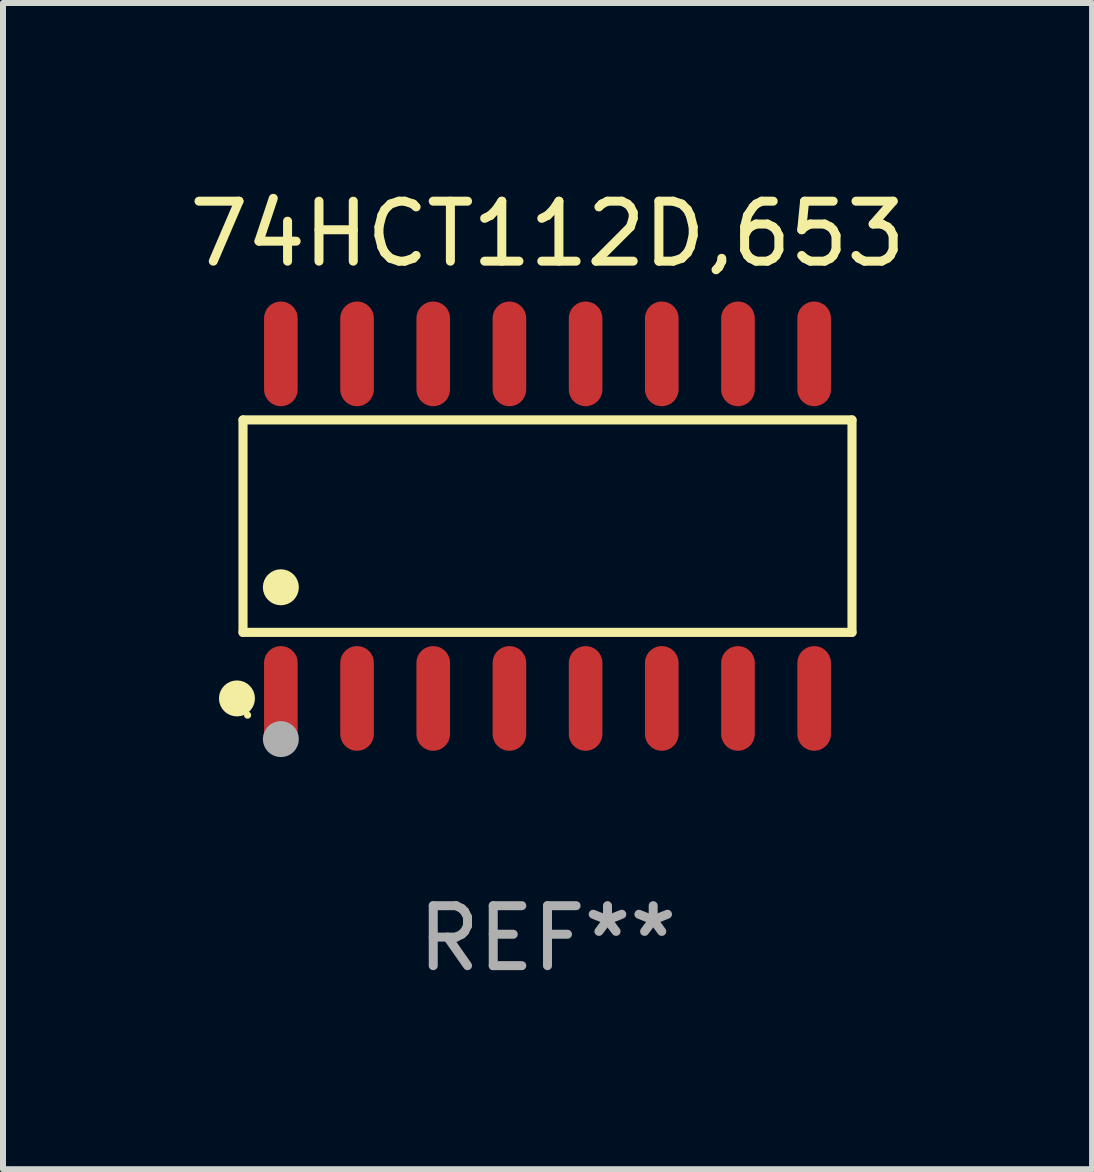
<source format=kicad_pcb>
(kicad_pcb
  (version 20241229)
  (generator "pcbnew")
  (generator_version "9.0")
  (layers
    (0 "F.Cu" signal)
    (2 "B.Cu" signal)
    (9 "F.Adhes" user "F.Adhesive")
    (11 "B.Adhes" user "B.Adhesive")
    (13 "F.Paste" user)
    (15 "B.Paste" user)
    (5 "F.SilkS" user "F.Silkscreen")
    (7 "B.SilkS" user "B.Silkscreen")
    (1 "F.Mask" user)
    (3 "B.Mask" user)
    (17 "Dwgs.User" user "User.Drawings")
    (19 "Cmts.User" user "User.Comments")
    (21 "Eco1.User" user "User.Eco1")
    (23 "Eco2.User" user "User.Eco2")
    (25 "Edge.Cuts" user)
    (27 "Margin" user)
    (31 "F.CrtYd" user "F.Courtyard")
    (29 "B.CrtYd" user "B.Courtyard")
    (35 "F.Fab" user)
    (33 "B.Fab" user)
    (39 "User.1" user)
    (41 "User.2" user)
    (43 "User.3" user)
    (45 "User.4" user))
  (footprint "74HCT112D,653"
    (layer "F.Cu")
    (at 6.077 5.721)
    (property "Reference" "74HCT112D,653" (at 0 -4.872 0) (layer "F.SilkS") (effects (font (size 1 1) (thickness 0.15))))
    (attr through_hole)
    (fp_line (start -5.076 -1.771) (end 5.076 -1.771) (stroke (width 0.152) (type solid)) (layer "F.SilkS"))
    (fp_line (start -5.076 1.771) (end -5.076 -1.771) (stroke (width 0.152) (type solid)) (layer "F.SilkS"))
    (fp_line (start 5.076 -1.771) (end 5.076 1.771) (stroke (width 0.152) (type solid)) (layer "F.SilkS"))
    (fp_line (start 5.076 1.771) (end -5.076 1.771) (stroke (width 0.152) (type solid)) (layer "F.SilkS"))
    (fp_circle (center -5.177 2.872) (end -5.027 2.872) (stroke (width 0.3) (type solid)) (fill no) (layer "F.SilkS"))
    (fp_circle (center -5 3.15) (end -4.97 3.15) (stroke (width 0.06) (type solid)) (fill no) (layer "F.SilkS"))
    (fp_circle (center -4.445 1.019) (end -4.295 1.019) (stroke (width 0.3) (type solid)) (fill no) (layer "F.SilkS"))
    (fp_circle (center -4.445 3.55) (end -4.295 3.55) (stroke (width 0.3) (type solid)) (fill no) (layer "F.Fab"))
    (fp_text user "REF**" (at 0 6.872 0) (layer "F.Fab") (effects (font (size 1 1) (thickness 0.15))))
    (pad "1" smd oval (at -4.445 2.872) (size 0.56 1.745) (layers "F.Cu" "F.Mask" "F.Paste"))
    (pad "2" smd oval (at -3.175 2.872) (size 0.56 1.745) (layers "F.Cu" "F.Mask" "F.Paste"))
    (pad "3" smd oval (at -1.905 2.872) (size 0.56 1.745) (layers "F.Cu" "F.Mask" "F.Paste"))
    (pad "4" smd oval (at -0.635 2.872) (size 0.56 1.745) (layers "F.Cu" "F.Mask" "F.Paste"))
    (pad "5" smd oval (at 0.635 2.872) (size 0.56 1.745) (layers "F.Cu" "F.Mask" "F.Paste"))
    (pad "6" smd oval (at 1.905 2.872) (size 0.56 1.745) (layers "F.Cu" "F.Mask" "F.Paste"))
    (pad "7" smd oval (at 3.175 2.872) (size 0.56 1.745) (layers "F.Cu" "F.Mask" "F.Paste"))
    (pad "8" smd oval (at 4.445 2.872) (size 0.56 1.745) (layers "F.Cu" "F.Mask" "F.Paste"))
    (pad "9" smd oval (at 4.445 -2.872) (size 0.56 1.745) (layers "F.Cu" "F.Mask" "F.Paste"))
    (pad "10" smd oval (at 3.175 -2.872) (size 0.56 1.745) (layers "F.Cu" "F.Mask" "F.Paste"))
    (pad "11" smd oval (at 1.905 -2.872) (size 0.56 1.745) (layers "F.Cu" "F.Mask" "F.Paste"))
    (pad "12" smd oval (at 0.635 -2.872) (size 0.56 1.745) (layers "F.Cu" "F.Mask" "F.Paste"))
    (pad "13" smd oval (at -0.635 -2.872) (size 0.56 1.745) (layers "F.Cu" "F.Mask" "F.Paste"))
    (pad "14" smd oval (at -1.905 -2.872) (size 0.56 1.745) (layers "F.Cu" "F.Mask" "F.Paste"))
    (pad "15" smd oval (at -3.175 -2.872) (size 0.56 1.745) (layers "F.Cu" "F.Mask" "F.Paste"))
    (pad "16" smd oval (at -4.445 -2.872) (size 0.56 1.745) (layers "F.Cu" "F.Mask" "F.Paste")))
  (gr_rect
    (start -3 -3)
    (end 15.155 16.441)
    (stroke (width 0.1) (type default))
    (fill no)
    (layer "Edge.Cuts")))
</source>
